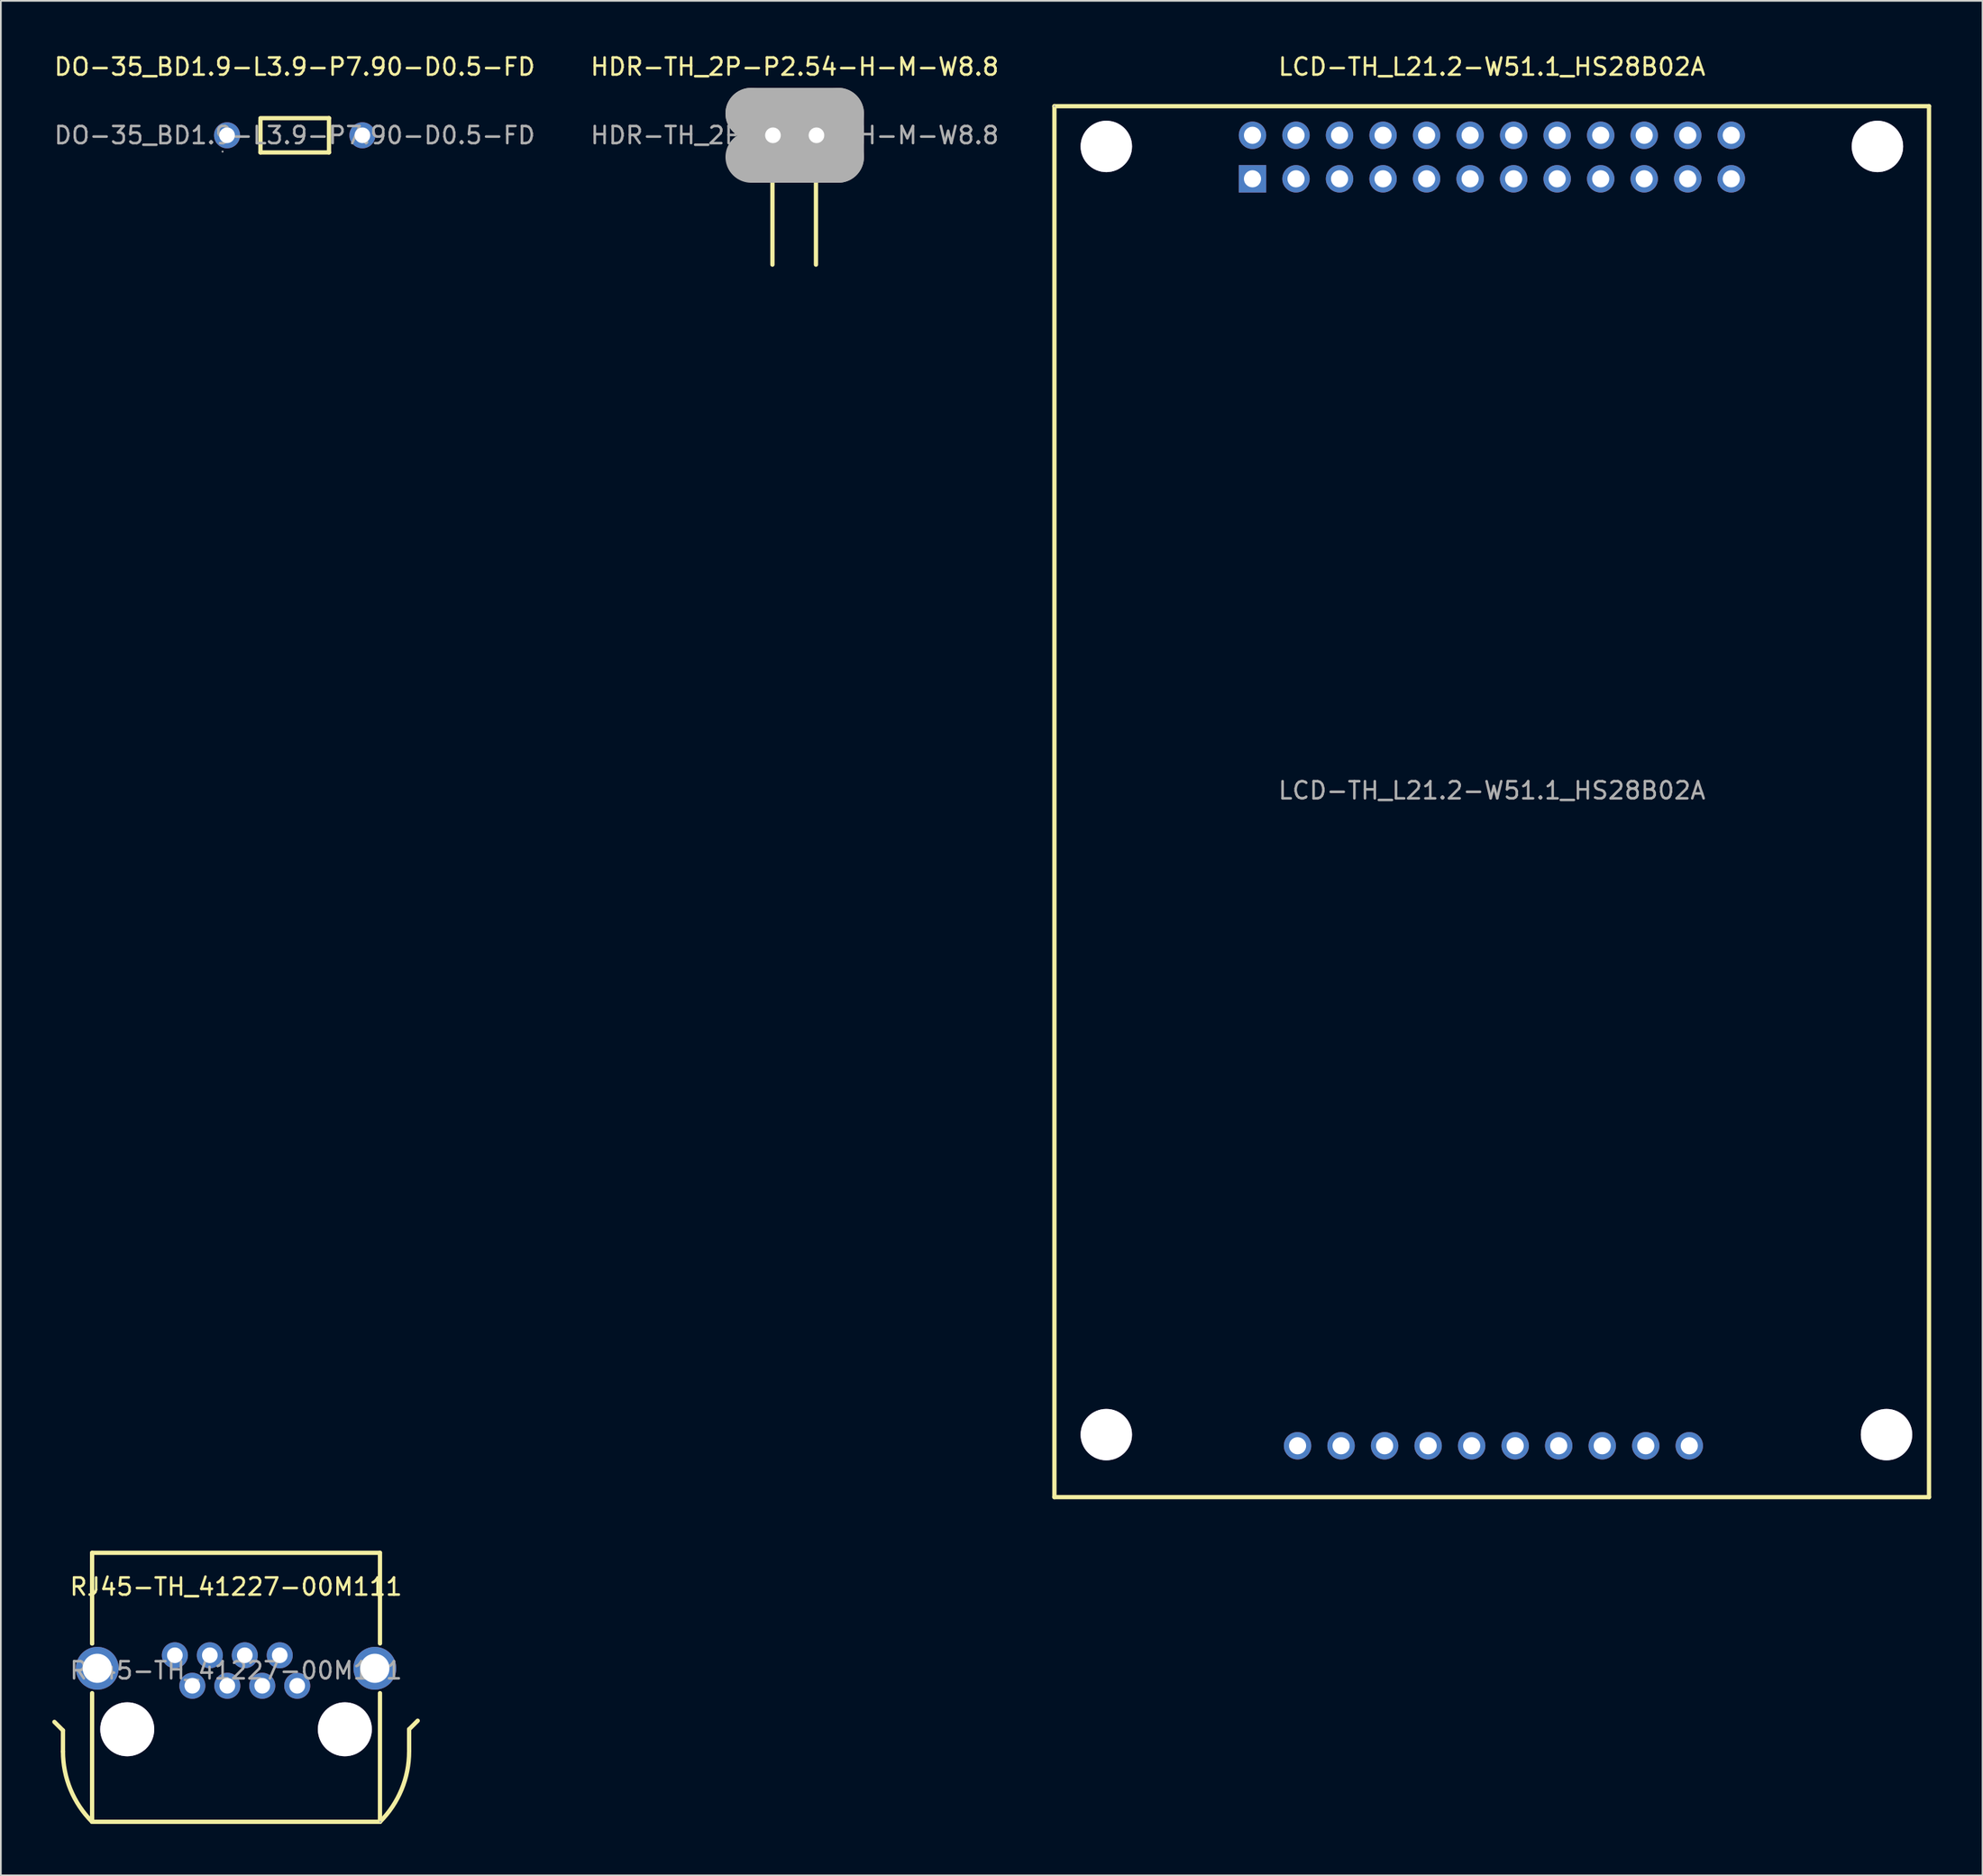
<source format=kicad_pcb>
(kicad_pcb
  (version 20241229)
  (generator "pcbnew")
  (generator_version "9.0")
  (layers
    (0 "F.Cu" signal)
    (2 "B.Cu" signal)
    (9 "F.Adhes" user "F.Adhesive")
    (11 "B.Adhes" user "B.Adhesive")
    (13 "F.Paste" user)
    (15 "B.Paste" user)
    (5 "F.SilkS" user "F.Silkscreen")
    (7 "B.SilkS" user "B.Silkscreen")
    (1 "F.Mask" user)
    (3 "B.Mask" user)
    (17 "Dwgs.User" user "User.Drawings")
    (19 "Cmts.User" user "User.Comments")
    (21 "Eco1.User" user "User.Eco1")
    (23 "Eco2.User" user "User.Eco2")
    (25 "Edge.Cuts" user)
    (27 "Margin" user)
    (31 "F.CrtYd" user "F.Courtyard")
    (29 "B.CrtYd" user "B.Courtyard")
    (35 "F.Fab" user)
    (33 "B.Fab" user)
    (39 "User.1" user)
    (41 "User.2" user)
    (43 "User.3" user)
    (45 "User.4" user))
  (footprint "DO-35_BD1.9-L3.9-P7.90-D0.5-FD"
    (layer "F.Cu")
    (at 14.149 4.848)
    (property "Reference" "DO-35_BD1.9-L3.9-P7.90-D0.5-FD" (at 0 -4 0) (layer "F.SilkS") (effects (font (size 1 1) (thickness 0.15))))
    (attr smd)
    (fp_line (start -2 -1) (end 2 -1) (stroke (width 0.25) (type solid)) (layer "F.SilkS"))
    (fp_line (start -2 1) (end -2 -0.9) (stroke (width 0.25) (type solid)) (layer "F.SilkS"))
    (fp_line (start 2 -1) (end 2 1) (stroke (width 0.25) (type solid)) (layer "F.SilkS"))
    (fp_line (start 2 1) (end -2 1) (stroke (width 0.25) (type solid)) (layer "F.SilkS"))
    (fp_circle (center -4.21 0.95) (end -4.18 0.95) (stroke (width 0.06) (type solid)) (fill no) (layer "F.Fab"))
    (fp_circle (center -3.95 0) (end -3.83 0) (stroke (width 0.25) (type solid)) (fill no) (layer "F.Fab"))
    (fp_circle (center 3.95 0) (end 4.07 0) (stroke (width 0.25) (type solid)) (fill no) (layer "F.Fab"))
    (fp_text user "${REFERENCE}" (at 0 0 0) (layer "F.Fab") (effects (font (size 1 1) (thickness 0.15))))
    (pad "1" thru_hole circle (at -3.95 0) (size 1.52 1.52) (drill 0.914) (layers "*.Cu" "*.Mask"))
    (pad "2" thru_hole circle (at 3.95 0) (size 1.52 1.52) (drill 0.914) (layers "*.Cu" "*.Mask")))
  (footprint "HDR-TH_2P-P2.54-H-M-W8.8"
    (layer "F.Cu")
    (at 43.327 4.848)
    (property "Reference" "HDR-TH_2P-P2.54-H-M-W8.8" (at 0 -4 0) (layer "F.SilkS") (effects (font (size 1 1) (thickness 0.15))))
    (attr through_hole)
    (fp_line (start -1.3 1.3) (end -1.3 7.55) (stroke (width 0.25) (type solid)) (layer "F.SilkS"))
    (fp_line (start 1.24 1.3) (end 1.24 7.55) (stroke (width 0.25) (type solid)) (layer "F.SilkS"))
    (fp_line (start -2.54 -1.27) (end -2.54 -1.27) (stroke (width 3) (type solid)) (layer "F.Fab"))
    (fp_line (start -2.54 -1.27) (end 2.54 -1.27) (stroke (width 3) (type solid)) (layer "F.Fab"))
    (fp_line (start 2.54 -1.27) (end 2.54 1.27) (stroke (width 3) (type solid)) (layer "F.Fab"))
    (fp_line (start 2.54 1.27) (end -2.54 1.27) (stroke (width 3) (type solid)) (layer "F.Fab"))
    (fp_text user "${REFERENCE}" (at 0 0 0) (layer "F.Fab") (effects (font (size 1 1) (thickness 0.15))))
    (pad "1" thru_hole circle (at -1.27 0) (size 1.52 1.52) (drill 0.914) (layers "*.Cu" "*.Mask"))
    (pad "2" thru_hole circle (at 1.27 0) (size 1.52 1.52) (drill 0.914) (layers "*.Cu" "*.Mask")))
  (footprint "RJ45-TH_41227-00M111"
    (layer "F.Cu")
    (at 10.725 94.468)
    (property "Reference" "RJ45-TH_41227-00M111" (at 0 -4.89 0) (layer "F.SilkS") (effects (font (size 1 1) (thickness 0.15))))
    (attr through_hole)
    (fp_line (start -10.1 3.5) (end -10.6 3) (stroke (width 0.25) (type solid)) (layer "F.SilkS"))
    (fp_line (start -10.1 4.73) (end -10.1 3.5) (stroke (width 0.25) (type solid)) (layer "F.SilkS"))
    (fp_line (start -8.4 -6.87) (end 8.4 -6.87) (stroke (width 0.25) (type solid)) (layer "F.SilkS"))
    (fp_line (start -8.4 -1.58) (end -8.4 -6.87) (stroke (width 0.25) (type solid)) (layer "F.SilkS"))
    (fp_line (start -8.4 -1.58) (end -8.4 -1.87) (stroke (width 0.25) (type solid)) (layer "F.SilkS"))
    (fp_line (start -8.4 8.83) (end -8.4 1.32) (stroke (width 0.25) (type solid)) (layer "F.SilkS"))
    (fp_line (start 8.4 -6.87) (end 8.4 -1.58) (stroke (width 0.25) (type solid)) (layer "F.SilkS"))
    (fp_line (start 8.4 1.32) (end 8.4 8.83) (stroke (width 0.25) (type solid)) (layer "F.SilkS"))
    (fp_line (start 8.4 8.83) (end -8.4 8.83) (stroke (width 0.25) (type solid)) (layer "F.SilkS"))
    (fp_line (start 10.1 3.43) (end 10.6 2.93) (stroke (width 0.25) (type solid)) (layer "F.SilkS"))
    (fp_line (start 10.1 4.66) (end 10.1 3.43) (stroke (width 0.25) (type solid)) (layer "F.SilkS"))
    (fp_arc (start -8.401935 8.830503) (mid -9.658695 6.949096) (end -10.1 4.73) (stroke (width 0.25) (type solid)) (layer "F.SilkS"))
    (fp_arc (start 10.1 4.73) (mid 9.658695 6.949096) (end 8.401935 8.830503) (stroke (width 0.25) (type solid)) (layer "F.SilkS"))
    (fp_circle (center -6.35 3.43) (end -5.6 3.43) (stroke (width 1.5) (type solid)) (fill no) (layer "Cmts.User"))
    (fp_circle (center 6.35 3.43) (end 7.1 3.43) (stroke (width 1.5) (type solid)) (fill no) (layer "Cmts.User"))
    (fp_circle (center 8.42 8.83) (end 8.45 8.83) (stroke (width 0.06) (type solid)) (fill no) (layer "F.Fab"))
    (fp_text user "${REFERENCE}" (at 0 0 0) (layer "F.Fab") (effects (font (size 1 1) (thickness 0.15))))
    (pad "" thru_hole circle (at -6.35 3.43) (size 3.15 3.15) (drill 3.15) (layers "*.Cu" "*.Mask"))
    (pad "" thru_hole circle (at 6.35 3.43) (size 3.15 3.15) (drill 3.15) (layers "*.Cu" "*.Mask"))
    (pad "1" thru_hole circle (at 3.57 0.89) (size 1.52 1.52) (drill 0.914) (layers "*.Cu" "*.Mask"))
    (pad "2" thru_hole circle (at 2.55 -0.89) (size 1.52 1.52) (drill 0.914) (layers "*.Cu" "*.Mask"))
    (pad "3" thru_hole circle (at 1.53 0.89) (size 1.52 1.52) (drill 0.914) (layers "*.Cu" "*.Mask"))
    (pad "4" thru_hole circle (at 0.51 -0.89) (size 1.52 1.52) (drill 0.914) (layers "*.Cu" "*.Mask"))
    (pad "5" thru_hole circle (at -0.51 0.89) (size 1.52 1.52) (drill 0.914) (layers "*.Cu" "*.Mask"))
    (pad "6" thru_hole circle (at -1.53 -0.89) (size 1.52 1.52) (drill 0.914) (layers "*.Cu" "*.Mask"))
    (pad "7" thru_hole circle (at -2.55 0.89) (size 1.52 1.52) (drill 0.914) (layers "*.Cu" "*.Mask"))
    (pad "8" thru_hole circle (at -3.57 -0.89) (size 1.52 1.52) (drill 0.914) (layers "*.Cu" "*.Mask"))
    (pad "9" thru_hole circle (at 8.1 -0.13) (size 2.5 2.5) (drill 1.7) (layers "*.Cu" "*.Mask"))
    (pad "10" thru_hole circle (at -8.1 -0.13) (size 2.5 2.5) (drill 1.7) (layers "*.Cu" "*.Mask")))
  (footprint "LCD-TH_L21.2-W51.1_HS28B02A"
    (layer "F.Cu")
    (at 84.012 43.098)
    (property "Reference" "LCD-TH_L21.2-W51.1_HS28B02A" (at 0 -42.25 0) (layer "F.SilkS") (effects (font (size 1 1) (thickness 0.15))))
    (attr through_hole)
    (fp_line (start -25.53 -39.95) (end 25.51 -39.95) (stroke (width 0.25) (type solid)) (layer "F.SilkS"))
    (fp_line (start -25.53 41.25) (end -25.53 -39.95) (stroke (width 0.25) (type solid)) (layer "F.SilkS"))
    (fp_line (start 25.51 41.25) (end -25.53 41.25) (stroke (width 0.25) (type solid)) (layer "F.SilkS"))
    (fp_line (start 25.51 41.25) (end 25.51 -39.95) (stroke (width 0.25) (type solid)) (layer "F.SilkS"))
    (fp_circle (center -22.5 -37.6) (end -21.8 -37.6) (stroke (width 1.4) (type solid)) (fill no) (layer "Cmts.User"))
    (fp_circle (center -22.5 37.6) (end -21.8 37.6) (stroke (width 1.4) (type solid)) (fill no) (layer "Cmts.User"))
    (fp_circle (center 22.5 -37.6) (end 23.2 -37.6) (stroke (width 1.4) (type solid)) (fill no) (layer "Cmts.User"))
    (fp_circle (center 23.03 37.6) (end 23.73 37.6) (stroke (width 1.4) (type solid)) (fill no) (layer "Cmts.User"))
    (fp_circle (center -25.53 -39.95) (end -25.5 -39.95) (stroke (width 0.06) (type solid)) (fill no) (layer "F.Fab"))
    (fp_circle (center -13.97 -38.25) (end -13.85 -38.25) (stroke (width 0.25) (type solid)) (fill no) (layer "F.Fab"))
    (fp_circle (center -13.97 -35.71) (end -13.85 -35.71) (stroke (width 0.25) (type solid)) (fill no) (layer "F.Fab"))
    (fp_circle (center -11.43 -38.25) (end -11.31 -38.25) (stroke (width 0.25) (type solid)) (fill no) (layer "F.Fab"))
    (fp_circle (center -11.43 -35.71) (end -11.31 -35.71) (stroke (width 0.25) (type solid)) (fill no) (layer "F.Fab"))
    (fp_circle (center -11.34 38.25) (end -11.22 38.25) (stroke (width 0.25) (type solid)) (fill no) (layer "F.Fab"))
    (fp_circle (center -8.89 -38.25) (end -8.77 -38.25) (stroke (width 0.25) (type solid)) (fill no) (layer "F.Fab"))
    (fp_circle (center -8.89 -35.71) (end -8.77 -35.71) (stroke (width 0.25) (type solid)) (fill no) (layer "F.Fab"))
    (fp_circle (center -8.8 38.25) (end -8.68 38.25) (stroke (width 0.25) (type solid)) (fill no) (layer "F.Fab"))
    (fp_circle (center -6.35 -38.25) (end -6.23 -38.25) (stroke (width 0.25) (type solid)) (fill no) (layer "F.Fab"))
    (fp_circle (center -6.35 -35.71) (end -6.23 -35.71) (stroke (width 0.25) (type solid)) (fill no) (layer "F.Fab"))
    (fp_circle (center -6.26 38.25) (end -6.14 38.25) (stroke (width 0.25) (type solid)) (fill no) (layer "F.Fab"))
    (fp_circle (center -3.81 -38.25) (end -3.69 -38.25) (stroke (width 0.25) (type solid)) (fill no) (layer "F.Fab"))
    (fp_circle (center -3.81 -35.71) (end -3.69 -35.71) (stroke (width 0.25) (type solid)) (fill no) (layer "F.Fab"))
    (fp_circle (center -3.72 38.25) (end -3.6 38.25) (stroke (width 0.25) (type solid)) (fill no) (layer "F.Fab"))
    (fp_circle (center -1.27 -38.25) (end -1.15 -38.25) (stroke (width 0.25) (type solid)) (fill no) (layer "F.Fab"))
    (fp_circle (center -1.27 -35.71) (end -1.15 -35.71) (stroke (width 0.25) (type solid)) (fill no) (layer "F.Fab"))
    (fp_circle (center -1.18 38.25) (end -1.06 38.25) (stroke (width 0.25) (type solid)) (fill no) (layer "F.Fab"))
    (fp_circle (center 1.27 -38.25) (end 1.39 -38.25) (stroke (width 0.25) (type solid)) (fill no) (layer "F.Fab"))
    (fp_circle (center 1.27 -35.71) (end 1.39 -35.71) (stroke (width 0.25) (type solid)) (fill no) (layer "F.Fab"))
    (fp_circle (center 1.36 38.25) (end 1.48 38.25) (stroke (width 0.25) (type solid)) (fill no) (layer "F.Fab"))
    (fp_circle (center 3.81 -38.25) (end 3.93 -38.25) (stroke (width 0.25) (type solid)) (fill no) (layer "F.Fab"))
    (fp_circle (center 3.81 -35.71) (end 3.93 -35.71) (stroke (width 0.25) (type solid)) (fill no) (layer "F.Fab"))
    (fp_circle (center 3.9 38.25) (end 4.02 38.25) (stroke (width 0.25) (type solid)) (fill no) (layer "F.Fab"))
    (fp_circle (center 6.35 -38.25) (end 6.47 -38.25) (stroke (width 0.25) (type solid)) (fill no) (layer "F.Fab"))
    (fp_circle (center 6.35 -35.71) (end 6.47 -35.71) (stroke (width 0.25) (type solid)) (fill no) (layer "F.Fab"))
    (fp_circle (center 6.44 38.25) (end 6.56 38.25) (stroke (width 0.25) (type solid)) (fill no) (layer "F.Fab"))
    (fp_circle (center 8.89 -38.25) (end 9.01 -38.25) (stroke (width 0.25) (type solid)) (fill no) (layer "F.Fab"))
    (fp_circle (center 8.89 -35.71) (end 9.01 -35.71) (stroke (width 0.25) (type solid)) (fill no) (layer "F.Fab"))
    (fp_circle (center 8.98 38.25) (end 9.1 38.25) (stroke (width 0.25) (type solid)) (fill no) (layer "F.Fab"))
    (fp_circle (center 11.43 -38.25) (end 11.55 -38.25) (stroke (width 0.25) (type solid)) (fill no) (layer "F.Fab"))
    (fp_circle (center 11.43 -35.71) (end 11.55 -35.71) (stroke (width 0.25) (type solid)) (fill no) (layer "F.Fab"))
    (fp_circle (center 11.52 38.25) (end 11.64 38.25) (stroke (width 0.25) (type solid)) (fill no) (layer "F.Fab"))
    (fp_circle (center 13.97 -38.25) (end 14.09 -38.25) (stroke (width 0.25) (type solid)) (fill no) (layer "F.Fab"))
    (fp_circle (center 13.97 -35.71) (end 14.09 -35.71) (stroke (width 0.25) (type solid)) (fill no) (layer "F.Fab"))
    (fp_text user "${REFERENCE}" (at 0 0 0) (layer "F.Fab") (effects (font (size 1 1) (thickness 0.15))))
    (pad "" thru_hole circle (at -22.5 -37.6) (size 3 3) (drill 3) (layers "*.Cu" "*.Mask"))
    (pad "" thru_hole circle (at -22.5 37.6) (size 3 3) (drill 3) (layers "*.Cu" "*.Mask"))
    (pad "" thru_hole circle (at 22.5 -37.6) (size 3 3) (drill 3) (layers "*.Cu" "*.Mask"))
    (pad "" thru_hole circle (at 23.03 37.6) (size 3 3) (drill 3) (layers "*.Cu" "*.Mask"))
    (pad "1" thru_hole rect (at -13.97 -35.71) (size 1.6 1.6) (drill 1) (layers "*.Cu" "*.Mask"))
    (pad "2" thru_hole circle (at -13.97 -38.25) (size 1.6 1.6) (drill 1) (layers "*.Cu" "*.Mask"))
    (pad "3" thru_hole circle (at -11.43 -35.71) (size 1.6 1.6) (drill 1) (layers "*.Cu" "*.Mask"))
    (pad "4" thru_hole circle (at -11.43 -38.25) (size 1.6 1.6) (drill 1) (layers "*.Cu" "*.Mask"))
    (pad "5" thru_hole circle (at -8.89 -35.71) (size 1.6 1.6) (drill 1) (layers "*.Cu" "*.Mask"))
    (pad "6" thru_hole circle (at -8.89 -38.25) (size 1.6 1.6) (drill 1) (layers "*.Cu" "*.Mask"))
    (pad "7" thru_hole circle (at -6.35 -35.71) (size 1.6 1.6) (drill 1) (layers "*.Cu" "*.Mask"))
    (pad "8" thru_hole circle (at -6.35 -38.25) (size 1.6 1.6) (drill 1) (layers "*.Cu" "*.Mask"))
    (pad "9" thru_hole circle (at -3.81 -35.71) (size 1.6 1.6) (drill 1) (layers "*.Cu" "*.Mask"))
    (pad "10" thru_hole circle (at -3.81 -38.25) (size 1.6 1.6) (drill 1) (layers "*.Cu" "*.Mask"))
    (pad "11" thru_hole circle (at -1.27 -35.71) (size 1.6 1.6) (drill 1) (layers "*.Cu" "*.Mask"))
    (pad "12" thru_hole circle (at -1.27 -38.25) (size 1.6 1.6) (drill 1) (layers "*.Cu" "*.Mask"))
    (pad "13" thru_hole circle (at 1.27 -35.71) (size 1.6 1.6) (drill 1) (layers "*.Cu" "*.Mask"))
    (pad "14" thru_hole circle (at 1.27 -38.25) (size 1.6 1.6) (drill 1) (layers "*.Cu" "*.Mask"))
    (pad "15" thru_hole circle (at 3.81 -35.71) (size 1.6 1.6) (drill 1) (layers "*.Cu" "*.Mask"))
    (pad "16" thru_hole circle (at 3.81 -38.25) (size 1.6 1.6) (drill 1) (layers "*.Cu" "*.Mask"))
    (pad "17" thru_hole circle (at 6.35 -35.71) (size 1.6 1.6) (drill 1) (layers "*.Cu" "*.Mask"))
    (pad "18" thru_hole circle (at 6.35 -38.25) (size 1.6 1.6) (drill 1) (layers "*.Cu" "*.Mask"))
    (pad "19" thru_hole circle (at 8.89 -35.71) (size 1.6 1.6) (drill 1) (layers "*.Cu" "*.Mask"))
    (pad "20" thru_hole circle (at 8.89 -38.25) (size 1.6 1.6) (drill 1) (layers "*.Cu" "*.Mask"))
    (pad "21" thru_hole circle (at 11.43 -35.71) (size 1.6 1.6) (drill 1) (layers "*.Cu" "*.Mask"))
    (pad "22" thru_hole circle (at 11.43 -38.25) (size 1.6 1.6) (drill 1) (layers "*.Cu" "*.Mask"))
    (pad "23" thru_hole circle (at 13.97 -35.71) (size 1.6 1.6) (drill 1) (layers "*.Cu" "*.Mask"))
    (pad "24" thru_hole circle (at 13.97 -38.25) (size 1.6 1.6) (drill 1) (layers "*.Cu" "*.Mask"))
    (pad "25" thru_hole circle (at -11.34 38.25) (size 1.6 1.6) (drill 1) (layers "*.Cu" "*.Mask"))
    (pad "26" thru_hole circle (at -8.8 38.25) (size 1.6 1.6) (drill 1) (layers "*.Cu" "*.Mask"))
    (pad "27" thru_hole circle (at -6.26 38.25) (size 1.6 1.6) (drill 1) (layers "*.Cu" "*.Mask"))
    (pad "28" thru_hole circle (at -3.72 38.25) (size 1.6 1.6) (drill 1) (layers "*.Cu" "*.Mask"))
    (pad "29" thru_hole circle (at -1.18 38.25) (size 1.6 1.6) (drill 1) (layers "*.Cu" "*.Mask"))
    (pad "30" thru_hole circle (at 1.36 38.25) (size 1.6 1.6) (drill 1) (layers "*.Cu" "*.Mask"))
    (pad "31" thru_hole circle (at 3.9 38.25) (size 1.6 1.6) (drill 1) (layers "*.Cu" "*.Mask"))
    (pad "32" thru_hole circle (at 6.44 38.25) (size 1.6 1.6) (drill 1) (layers "*.Cu" "*.Mask"))
    (pad "33" thru_hole circle (at 8.98 38.25) (size 1.6 1.6) (drill 1) (layers "*.Cu" "*.Mask"))
    (pad "34" thru_hole circle (at 11.52 38.25) (size 1.6 1.6) (drill 1) (layers "*.Cu" "*.Mask")))
  (gr_rect
    (start -3 -3)
    (end 112.647 106.424)
    (stroke (width 0.1) (type default))
    (fill no)
    (layer "Edge.Cuts")))
</source>
